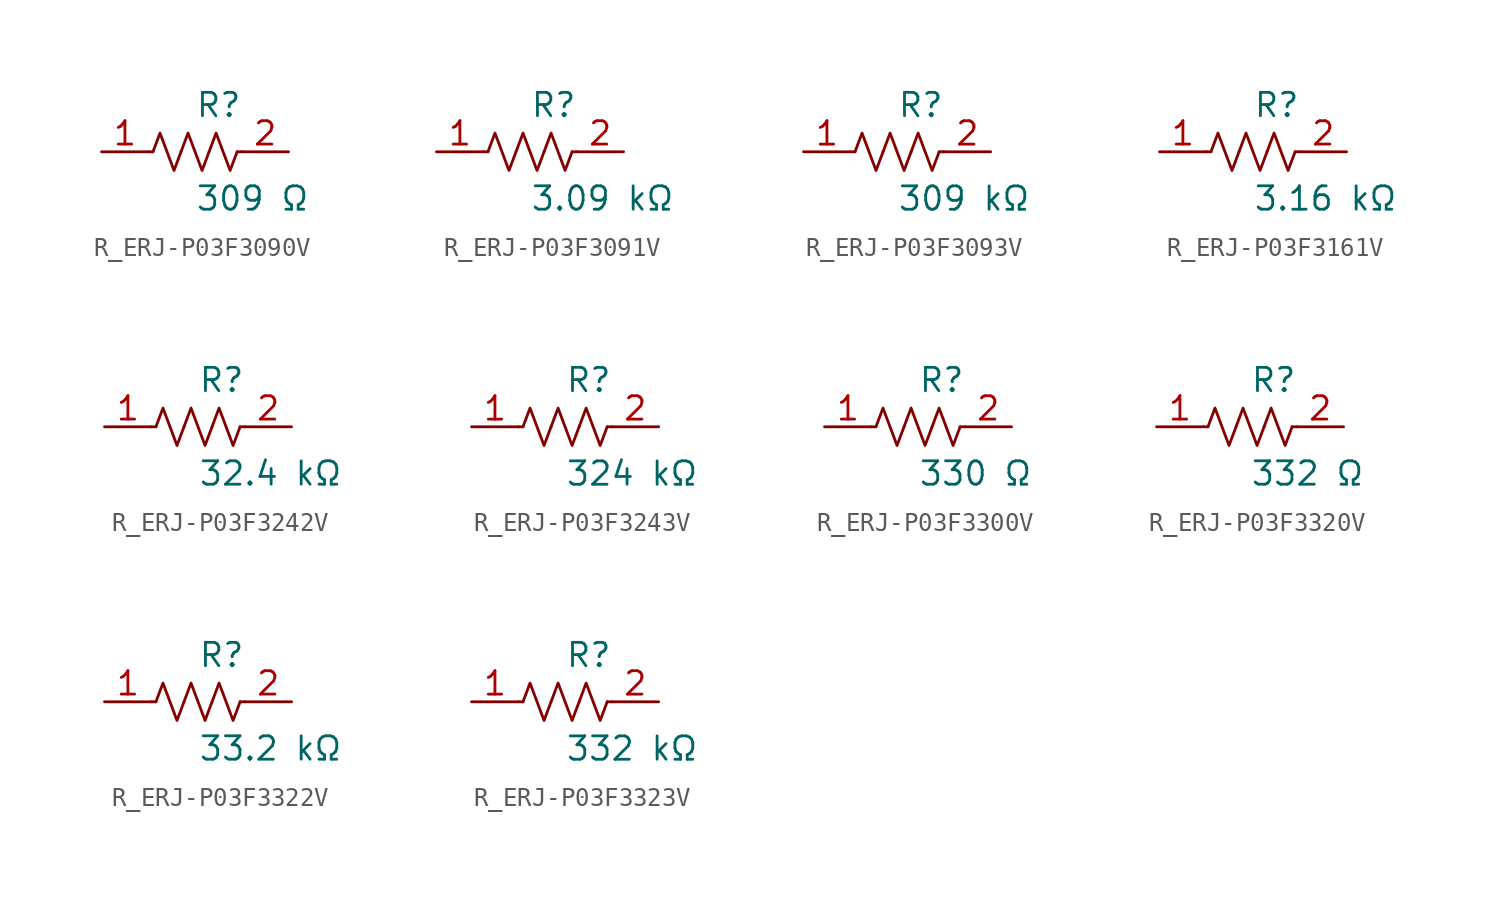
<source format=kicad_sym>
(kicad_symbol_lib
  (version 20231120)
  (generator kicad_symbol_editor)
  (generator_version 8.0)
  (symbol "R_ERJ-P03F3090V"
    (pin_names
      (offset 0.254))
    (property "Reference" "R"
      (at 0.0 2.54 0)
      (effects (font (size 1.27 1.27)) (justify left)))
    (property "Value" "309 Ω"
      (at 0.0 -2.54 0)
      (effects (font (size 1.27 1.27)) (justify left)))
    (symbol "R_ERJ-P03F3090V_0_1"
      (polyline (pts (xy 2.286 0) (xy 2.54 0)) (stroke (width 0) (type default)) (fill (type none)))
      (polyline (pts (xy -2.286 0) (xy -2.54 0)) (stroke (width 0) (type default)) (fill (type none)))
      (polyline (pts (xy 0.762 0) (xy 1.143 1.016) (xy 1.524 0) (xy 1.905 -1.016) (xy 2.286 0)) (stroke (width 0) (type default)) (fill (type none)))
      (polyline (pts (xy -0.762 0) (xy -0.381 1.016) (xy 0 0) (xy 0.381 -1.016) (xy 0.762 0)) (stroke (width 0) (type default)) (fill (type none)))
      (polyline (pts (xy -2.286 0) (xy -1.905 1.016) (xy -1.524 0) (xy -1.143 -1.016) (xy -0.762 0)) (stroke (width 0) (type default)) (fill (type none))))
    (pin unspecified line
      (at -5.08 0 0)
      (length 2.54)
      (name "" (effects (font (size 1.27 1.27))))
      (number "1" (effects (font (size 1.27 1.27)))))
    (pin unspecified line
      (at 5.08 0 180)
      (length 2.54)
      (name "" (effects (font (size 1.27 1.27))))
      (number "2" (effects (font (size 1.27 1.27))))))
  (symbol "R_ERJ-P03F3091V"
    (pin_names
      (offset 0.254))
    (property "Reference" "R"
      (at 0.0 2.54 0)
      (effects (font (size 1.27 1.27)) (justify left)))
    (property "Value" "3.09 kΩ"
      (at 0.0 -2.54 0)
      (effects (font (size 1.27 1.27)) (justify left)))
    (symbol "R_ERJ-P03F3091V_0_1"
      (polyline (pts (xy 2.286 0) (xy 2.54 0)) (stroke (width 0) (type default)) (fill (type none)))
      (polyline (pts (xy -2.286 0) (xy -2.54 0)) (stroke (width 0) (type default)) (fill (type none)))
      (polyline (pts (xy 0.762 0) (xy 1.143 1.016) (xy 1.524 0) (xy 1.905 -1.016) (xy 2.286 0)) (stroke (width 0) (type default)) (fill (type none)))
      (polyline (pts (xy -0.762 0) (xy -0.381 1.016) (xy 0 0) (xy 0.381 -1.016) (xy 0.762 0)) (stroke (width 0) (type default)) (fill (type none)))
      (polyline (pts (xy -2.286 0) (xy -1.905 1.016) (xy -1.524 0) (xy -1.143 -1.016) (xy -0.762 0)) (stroke (width 0) (type default)) (fill (type none))))
    (pin unspecified line
      (at -5.08 0 0)
      (length 2.54)
      (name "" (effects (font (size 1.27 1.27))))
      (number "1" (effects (font (size 1.27 1.27)))))
    (pin unspecified line
      (at 5.08 0 180)
      (length 2.54)
      (name "" (effects (font (size 1.27 1.27))))
      (number "2" (effects (font (size 1.27 1.27))))))
  (symbol "R_ERJ-P03F3093V"
    (pin_names
      (offset 0.254))
    (property "Reference" "R"
      (at 0.0 2.54 0)
      (effects (font (size 1.27 1.27)) (justify left)))
    (property "Value" "309 kΩ"
      (at 0.0 -2.54 0)
      (effects (font (size 1.27 1.27)) (justify left)))
    (symbol "R_ERJ-P03F3093V_0_1"
      (polyline (pts (xy 2.286 0) (xy 2.54 0)) (stroke (width 0) (type default)) (fill (type none)))
      (polyline (pts (xy -2.286 0) (xy -2.54 0)) (stroke (width 0) (type default)) (fill (type none)))
      (polyline (pts (xy 0.762 0) (xy 1.143 1.016) (xy 1.524 0) (xy 1.905 -1.016) (xy 2.286 0)) (stroke (width 0) (type default)) (fill (type none)))
      (polyline (pts (xy -0.762 0) (xy -0.381 1.016) (xy 0 0) (xy 0.381 -1.016) (xy 0.762 0)) (stroke (width 0) (type default)) (fill (type none)))
      (polyline (pts (xy -2.286 0) (xy -1.905 1.016) (xy -1.524 0) (xy -1.143 -1.016) (xy -0.762 0)) (stroke (width 0) (type default)) (fill (type none))))
    (pin unspecified line
      (at -5.08 0 0)
      (length 2.54)
      (name "" (effects (font (size 1.27 1.27))))
      (number "1" (effects (font (size 1.27 1.27)))))
    (pin unspecified line
      (at 5.08 0 180)
      (length 2.54)
      (name "" (effects (font (size 1.27 1.27))))
      (number "2" (effects (font (size 1.27 1.27))))))
  (symbol "R_ERJ-P03F3161V"
    (pin_names
      (offset 0.254))
    (property "Reference" "R"
      (at 0.0 2.54 0)
      (effects (font (size 1.27 1.27)) (justify left)))
    (property "Value" "3.16 kΩ"
      (at 0.0 -2.54 0)
      (effects (font (size 1.27 1.27)) (justify left)))
    (symbol "R_ERJ-P03F3161V_0_1"
      (polyline (pts (xy 2.286 0) (xy 2.54 0)) (stroke (width 0) (type default)) (fill (type none)))
      (polyline (pts (xy -2.286 0) (xy -2.54 0)) (stroke (width 0) (type default)) (fill (type none)))
      (polyline (pts (xy 0.762 0) (xy 1.143 1.016) (xy 1.524 0) (xy 1.905 -1.016) (xy 2.286 0)) (stroke (width 0) (type default)) (fill (type none)))
      (polyline (pts (xy -0.762 0) (xy -0.381 1.016) (xy 0 0) (xy 0.381 -1.016) (xy 0.762 0)) (stroke (width 0) (type default)) (fill (type none)))
      (polyline (pts (xy -2.286 0) (xy -1.905 1.016) (xy -1.524 0) (xy -1.143 -1.016) (xy -0.762 0)) (stroke (width 0) (type default)) (fill (type none))))
    (pin unspecified line
      (at -5.08 0 0)
      (length 2.54)
      (name "" (effects (font (size 1.27 1.27))))
      (number "1" (effects (font (size 1.27 1.27)))))
    (pin unspecified line
      (at 5.08 0 180)
      (length 2.54)
      (name "" (effects (font (size 1.27 1.27))))
      (number "2" (effects (font (size 1.27 1.27))))))
  (symbol "R_ERJ-P03F3242V"
    (pin_names
      (offset 0.254))
    (property "Reference" "R"
      (at 0.0 2.54 0)
      (effects (font (size 1.27 1.27)) (justify left)))
    (property "Value" "32.4 kΩ"
      (at 0.0 -2.54 0)
      (effects (font (size 1.27 1.27)) (justify left)))
    (symbol "R_ERJ-P03F3242V_0_1"
      (polyline (pts (xy 2.286 0) (xy 2.54 0)) (stroke (width 0) (type default)) (fill (type none)))
      (polyline (pts (xy -2.286 0) (xy -2.54 0)) (stroke (width 0) (type default)) (fill (type none)))
      (polyline (pts (xy 0.762 0) (xy 1.143 1.016) (xy 1.524 0) (xy 1.905 -1.016) (xy 2.286 0)) (stroke (width 0) (type default)) (fill (type none)))
      (polyline (pts (xy -0.762 0) (xy -0.381 1.016) (xy 0 0) (xy 0.381 -1.016) (xy 0.762 0)) (stroke (width 0) (type default)) (fill (type none)))
      (polyline (pts (xy -2.286 0) (xy -1.905 1.016) (xy -1.524 0) (xy -1.143 -1.016) (xy -0.762 0)) (stroke (width 0) (type default)) (fill (type none))))
    (pin unspecified line
      (at -5.08 0 0)
      (length 2.54)
      (name "" (effects (font (size 1.27 1.27))))
      (number "1" (effects (font (size 1.27 1.27)))))
    (pin unspecified line
      (at 5.08 0 180)
      (length 2.54)
      (name "" (effects (font (size 1.27 1.27))))
      (number "2" (effects (font (size 1.27 1.27))))))
  (symbol "R_ERJ-P03F3243V"
    (pin_names
      (offset 0.254))
    (property "Reference" "R"
      (at 0.0 2.54 0)
      (effects (font (size 1.27 1.27)) (justify left)))
    (property "Value" "324 kΩ"
      (at 0.0 -2.54 0)
      (effects (font (size 1.27 1.27)) (justify left)))
    (symbol "R_ERJ-P03F3243V_0_1"
      (polyline (pts (xy 2.286 0) (xy 2.54 0)) (stroke (width 0) (type default)) (fill (type none)))
      (polyline (pts (xy -2.286 0) (xy -2.54 0)) (stroke (width 0) (type default)) (fill (type none)))
      (polyline (pts (xy 0.762 0) (xy 1.143 1.016) (xy 1.524 0) (xy 1.905 -1.016) (xy 2.286 0)) (stroke (width 0) (type default)) (fill (type none)))
      (polyline (pts (xy -0.762 0) (xy -0.381 1.016) (xy 0 0) (xy 0.381 -1.016) (xy 0.762 0)) (stroke (width 0) (type default)) (fill (type none)))
      (polyline (pts (xy -2.286 0) (xy -1.905 1.016) (xy -1.524 0) (xy -1.143 -1.016) (xy -0.762 0)) (stroke (width 0) (type default)) (fill (type none))))
    (pin unspecified line
      (at -5.08 0 0)
      (length 2.54)
      (name "" (effects (font (size 1.27 1.27))))
      (number "1" (effects (font (size 1.27 1.27)))))
    (pin unspecified line
      (at 5.08 0 180)
      (length 2.54)
      (name "" (effects (font (size 1.27 1.27))))
      (number "2" (effects (font (size 1.27 1.27))))))
  (symbol "R_ERJ-P03F3300V"
    (pin_names
      (offset 0.254))
    (property "Reference" "R"
      (at 0.0 2.54 0)
      (effects (font (size 1.27 1.27)) (justify left)))
    (property "Value" "330 Ω"
      (at 0.0 -2.54 0)
      (effects (font (size 1.27 1.27)) (justify left)))
    (symbol "R_ERJ-P03F3300V_0_1"
      (polyline (pts (xy 2.286 0) (xy 2.54 0)) (stroke (width 0) (type default)) (fill (type none)))
      (polyline (pts (xy -2.286 0) (xy -2.54 0)) (stroke (width 0) (type default)) (fill (type none)))
      (polyline (pts (xy 0.762 0) (xy 1.143 1.016) (xy 1.524 0) (xy 1.905 -1.016) (xy 2.286 0)) (stroke (width 0) (type default)) (fill (type none)))
      (polyline (pts (xy -0.762 0) (xy -0.381 1.016) (xy 0 0) (xy 0.381 -1.016) (xy 0.762 0)) (stroke (width 0) (type default)) (fill (type none)))
      (polyline (pts (xy -2.286 0) (xy -1.905 1.016) (xy -1.524 0) (xy -1.143 -1.016) (xy -0.762 0)) (stroke (width 0) (type default)) (fill (type none))))
    (pin unspecified line
      (at -5.08 0 0)
      (length 2.54)
      (name "" (effects (font (size 1.27 1.27))))
      (number "1" (effects (font (size 1.27 1.27)))))
    (pin unspecified line
      (at 5.08 0 180)
      (length 2.54)
      (name "" (effects (font (size 1.27 1.27))))
      (number "2" (effects (font (size 1.27 1.27))))))
  (symbol "R_ERJ-P03F3320V"
    (pin_names
      (offset 0.254))
    (property "Reference" "R"
      (at 0.0 2.54 0)
      (effects (font (size 1.27 1.27)) (justify left)))
    (property "Value" "332 Ω"
      (at 0.0 -2.54 0)
      (effects (font (size 1.27 1.27)) (justify left)))
    (symbol "R_ERJ-P03F3320V_0_1"
      (polyline (pts (xy 2.286 0) (xy 2.54 0)) (stroke (width 0) (type default)) (fill (type none)))
      (polyline (pts (xy -2.286 0) (xy -2.54 0)) (stroke (width 0) (type default)) (fill (type none)))
      (polyline (pts (xy 0.762 0) (xy 1.143 1.016) (xy 1.524 0) (xy 1.905 -1.016) (xy 2.286 0)) (stroke (width 0) (type default)) (fill (type none)))
      (polyline (pts (xy -0.762 0) (xy -0.381 1.016) (xy 0 0) (xy 0.381 -1.016) (xy 0.762 0)) (stroke (width 0) (type default)) (fill (type none)))
      (polyline (pts (xy -2.286 0) (xy -1.905 1.016) (xy -1.524 0) (xy -1.143 -1.016) (xy -0.762 0)) (stroke (width 0) (type default)) (fill (type none))))
    (pin unspecified line
      (at -5.08 0 0)
      (length 2.54)
      (name "" (effects (font (size 1.27 1.27))))
      (number "1" (effects (font (size 1.27 1.27)))))
    (pin unspecified line
      (at 5.08 0 180)
      (length 2.54)
      (name "" (effects (font (size 1.27 1.27))))
      (number "2" (effects (font (size 1.27 1.27))))))
  (symbol "R_ERJ-P03F3322V"
    (pin_names
      (offset 0.254))
    (property "Reference" "R"
      (at 0.0 2.54 0)
      (effects (font (size 1.27 1.27)) (justify left)))
    (property "Value" "33.2 kΩ"
      (at 0.0 -2.54 0)
      (effects (font (size 1.27 1.27)) (justify left)))
    (symbol "R_ERJ-P03F3322V_0_1"
      (polyline (pts (xy 2.286 0) (xy 2.54 0)) (stroke (width 0) (type default)) (fill (type none)))
      (polyline (pts (xy -2.286 0) (xy -2.54 0)) (stroke (width 0) (type default)) (fill (type none)))
      (polyline (pts (xy 0.762 0) (xy 1.143 1.016) (xy 1.524 0) (xy 1.905 -1.016) (xy 2.286 0)) (stroke (width 0) (type default)) (fill (type none)))
      (polyline (pts (xy -0.762 0) (xy -0.381 1.016) (xy 0 0) (xy 0.381 -1.016) (xy 0.762 0)) (stroke (width 0) (type default)) (fill (type none)))
      (polyline (pts (xy -2.286 0) (xy -1.905 1.016) (xy -1.524 0) (xy -1.143 -1.016) (xy -0.762 0)) (stroke (width 0) (type default)) (fill (type none))))
    (pin unspecified line
      (at -5.08 0 0)
      (length 2.54)
      (name "" (effects (font (size 1.27 1.27))))
      (number "1" (effects (font (size 1.27 1.27)))))
    (pin unspecified line
      (at 5.08 0 180)
      (length 2.54)
      (name "" (effects (font (size 1.27 1.27))))
      (number "2" (effects (font (size 1.27 1.27))))))
  (symbol "R_ERJ-P03F3323V"
    (pin_names
      (offset 0.254))
    (property "Reference" "R"
      (at 0.0 2.54 0)
      (effects (font (size 1.27 1.27)) (justify left)))
    (property "Value" "332 kΩ"
      (at 0.0 -2.54 0)
      (effects (font (size 1.27 1.27)) (justify left)))
    (symbol "R_ERJ-P03F3323V_0_1"
      (polyline (pts (xy 2.286 0) (xy 2.54 0)) (stroke (width 0) (type default)) (fill (type none)))
      (polyline (pts (xy -2.286 0) (xy -2.54 0)) (stroke (width 0) (type default)) (fill (type none)))
      (polyline (pts (xy 0.762 0) (xy 1.143 1.016) (xy 1.524 0) (xy 1.905 -1.016) (xy 2.286 0)) (stroke (width 0) (type default)) (fill (type none)))
      (polyline (pts (xy -0.762 0) (xy -0.381 1.016) (xy 0 0) (xy 0.381 -1.016) (xy 0.762 0)) (stroke (width 0) (type default)) (fill (type none)))
      (polyline (pts (xy -2.286 0) (xy -1.905 1.016) (xy -1.524 0) (xy -1.143 -1.016) (xy -0.762 0)) (stroke (width 0) (type default)) (fill (type none))))
    (pin unspecified line
      (at -5.08 0 0)
      (length 2.54)
      (name "" (effects (font (size 1.27 1.27))))
      (number "1" (effects (font (size 1.27 1.27)))))
    (pin unspecified line
      (at 5.08 0 180)
      (length 2.54)
      (name "" (effects (font (size 1.27 1.27))))
      (number "2" (effects (font (size 1.27 1.27)))))))
</source>
